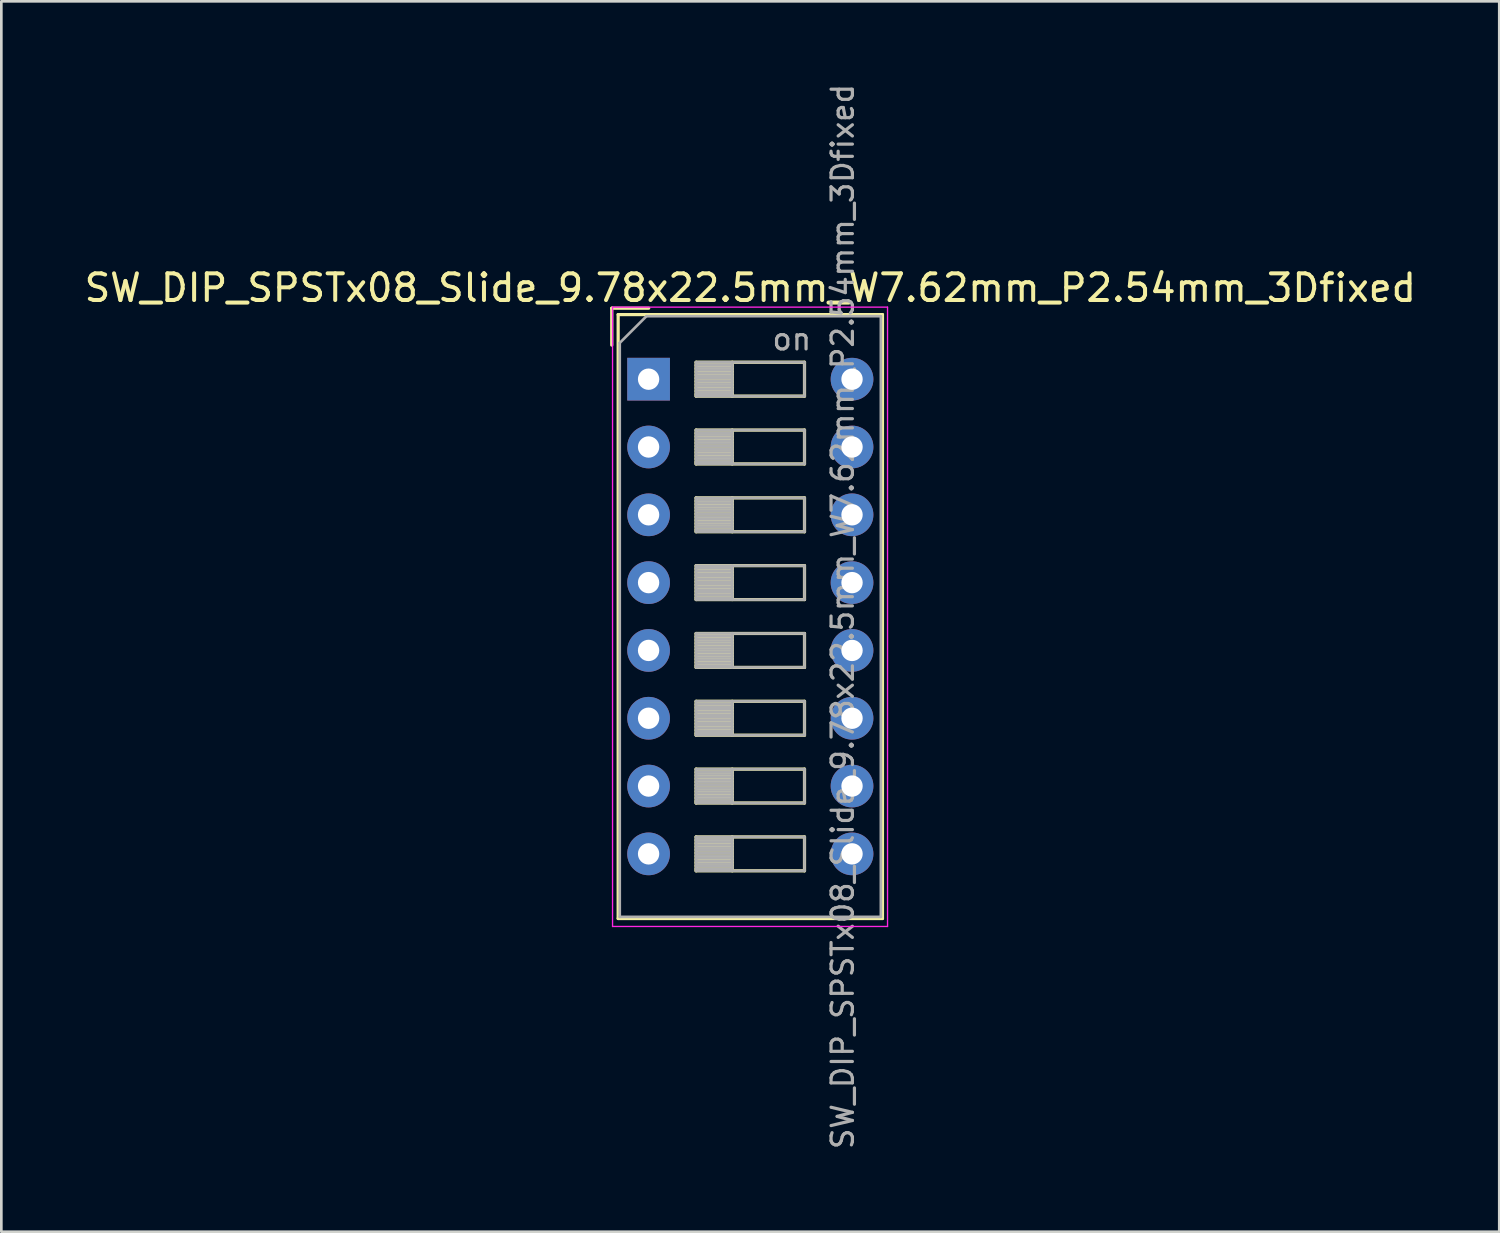
<source format=kicad_pcb>
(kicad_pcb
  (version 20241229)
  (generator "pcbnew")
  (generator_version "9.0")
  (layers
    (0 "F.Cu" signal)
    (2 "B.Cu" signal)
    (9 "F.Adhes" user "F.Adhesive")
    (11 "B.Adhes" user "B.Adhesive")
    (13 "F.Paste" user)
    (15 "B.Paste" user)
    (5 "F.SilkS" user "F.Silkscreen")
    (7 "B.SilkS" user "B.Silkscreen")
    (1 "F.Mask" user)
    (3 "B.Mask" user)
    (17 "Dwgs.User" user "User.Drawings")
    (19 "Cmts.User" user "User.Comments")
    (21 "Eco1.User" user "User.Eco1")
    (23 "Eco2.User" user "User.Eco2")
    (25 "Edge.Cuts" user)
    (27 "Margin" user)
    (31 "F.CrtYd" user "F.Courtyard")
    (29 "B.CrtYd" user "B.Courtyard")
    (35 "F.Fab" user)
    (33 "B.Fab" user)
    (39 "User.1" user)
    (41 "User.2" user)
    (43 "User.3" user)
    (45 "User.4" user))
  (footprint "SW_DIP_SPSTx08_Slide_9.78x22.5mm_W7.62mm_P2.54mm_3Dfixed"
    (layer "F.Cu")
    (at 21.244 11.153)
    (property "Reference" "SW_DIP_SPSTx08_Slide_9.78x22.5mm_W7.62mm_P2.54mm_3Dfixed" (at 3.81 -3.42 0) (layer "F.SilkS") (effects (font (size 1 1) (thickness 0.15))))
    (attr through_hole)
    (fp_line (start -1.38 -2.66) (end -1.38 -1.277) (stroke (width 0.12) (type solid)) (layer "F.SilkS"))
    (fp_line (start -1.38 -2.66) (end 0.004 -2.66) (stroke (width 0.12) (type solid)) (layer "F.SilkS"))
    (fp_line (start -1.14 -2.42) (end -1.14 20.201) (stroke (width 0.12) (type solid)) (layer "F.SilkS"))
    (fp_line (start -1.14 -2.42) (end 8.76 -2.42) (stroke (width 0.12) (type solid)) (layer "F.SilkS"))
    (fp_line (start -1.14 20.201) (end 8.76 20.201) (stroke (width 0.12) (type solid)) (layer "F.SilkS"))
    (fp_line (start 1.78 -0.635) (end 1.78 0.635) (stroke (width 0.12) (type solid)) (layer "F.SilkS"))
    (fp_line (start 1.78 -0.515) (end 3.133 -0.515) (stroke (width 0.12) (type solid)) (layer "F.SilkS"))
    (fp_line (start 1.78 -0.395) (end 3.133 -0.395) (stroke (width 0.12) (type solid)) (layer "F.SilkS"))
    (fp_line (start 1.78 -0.275) (end 3.133 -0.275) (stroke (width 0.12) (type solid)) (layer "F.SilkS"))
    (fp_line (start 1.78 -0.155) (end 3.133 -0.155) (stroke (width 0.12) (type solid)) (layer "F.SilkS"))
    (fp_line (start 1.78 -0.035) (end 3.133 -0.035) (stroke (width 0.12) (type solid)) (layer "F.SilkS"))
    (fp_line (start 1.78 0.085) (end 3.133 0.085) (stroke (width 0.12) (type solid)) (layer "F.SilkS"))
    (fp_line (start 1.78 0.205) (end 3.133 0.205) (stroke (width 0.12) (type solid)) (layer "F.SilkS"))
    (fp_line (start 1.78 0.325) (end 3.133 0.325) (stroke (width 0.12) (type solid)) (layer "F.SilkS"))
    (fp_line (start 1.78 0.445) (end 3.133 0.445) (stroke (width 0.12) (type solid)) (layer "F.SilkS"))
    (fp_line (start 1.78 0.565) (end 3.133 0.565) (stroke (width 0.12) (type solid)) (layer "F.SilkS"))
    (fp_line (start 1.78 0.635) (end 5.84 0.635) (stroke (width 0.12) (type solid)) (layer "F.SilkS"))
    (fp_line (start 1.78 1.905) (end 1.78 3.175) (stroke (width 0.12) (type solid)) (layer "F.SilkS"))
    (fp_line (start 1.78 2.025) (end 3.133 2.025) (stroke (width 0.12) (type solid)) (layer "F.SilkS"))
    (fp_line (start 1.78 2.145) (end 3.133 2.145) (stroke (width 0.12) (type solid)) (layer "F.SilkS"))
    (fp_line (start 1.78 2.265) (end 3.133 2.265) (stroke (width 0.12) (type solid)) (layer "F.SilkS"))
    (fp_line (start 1.78 2.385) (end 3.133 2.385) (stroke (width 0.12) (type solid)) (layer "F.SilkS"))
    (fp_line (start 1.78 2.505) (end 3.133 2.505) (stroke (width 0.12) (type solid)) (layer "F.SilkS"))
    (fp_line (start 1.78 2.625) (end 3.133 2.625) (stroke (width 0.12) (type solid)) (layer "F.SilkS"))
    (fp_line (start 1.78 2.745) (end 3.133 2.745) (stroke (width 0.12) (type solid)) (layer "F.SilkS"))
    (fp_line (start 1.78 2.865) (end 3.133 2.865) (stroke (width 0.12) (type solid)) (layer "F.SilkS"))
    (fp_line (start 1.78 2.985) (end 3.133 2.985) (stroke (width 0.12) (type solid)) (layer "F.SilkS"))
    (fp_line (start 1.78 3.105) (end 3.133 3.105) (stroke (width 0.12) (type solid)) (layer "F.SilkS"))
    (fp_line (start 1.78 3.175) (end 5.84 3.175) (stroke (width 0.12) (type solid)) (layer "F.SilkS"))
    (fp_line (start 1.78 4.445) (end 1.78 5.715) (stroke (width 0.12) (type solid)) (layer "F.SilkS"))
    (fp_line (start 1.78 4.565) (end 3.133 4.565) (stroke (width 0.12) (type solid)) (layer "F.SilkS"))
    (fp_line (start 1.78 4.685) (end 3.133 4.685) (stroke (width 0.12) (type solid)) (layer "F.SilkS"))
    (fp_line (start 1.78 4.805) (end 3.133 4.805) (stroke (width 0.12) (type solid)) (layer "F.SilkS"))
    (fp_line (start 1.78 4.925) (end 3.133 4.925) (stroke (width 0.12) (type solid)) (layer "F.SilkS"))
    (fp_line (start 1.78 5.045) (end 3.133 5.045) (stroke (width 0.12) (type solid)) (layer "F.SilkS"))
    (fp_line (start 1.78 5.165) (end 3.133 5.165) (stroke (width 0.12) (type solid)) (layer "F.SilkS"))
    (fp_line (start 1.78 5.285) (end 3.133 5.285) (stroke (width 0.12) (type solid)) (layer "F.SilkS"))
    (fp_line (start 1.78 5.405) (end 3.133 5.405) (stroke (width 0.12) (type solid)) (layer "F.SilkS"))
    (fp_line (start 1.78 5.525) (end 3.133 5.525) (stroke (width 0.12) (type solid)) (layer "F.SilkS"))
    (fp_line (start 1.78 5.645) (end 3.133 5.645) (stroke (width 0.12) (type solid)) (layer "F.SilkS"))
    (fp_line (start 1.78 5.715) (end 5.84 5.715) (stroke (width 0.12) (type solid)) (layer "F.SilkS"))
    (fp_line (start 1.78 6.985) (end 1.78 8.255) (stroke (width 0.12) (type solid)) (layer "F.SilkS"))
    (fp_line (start 1.78 7.105) (end 3.133 7.105) (stroke (width 0.12) (type solid)) (layer "F.SilkS"))
    (fp_line (start 1.78 7.225) (end 3.133 7.225) (stroke (width 0.12) (type solid)) (layer "F.SilkS"))
    (fp_line (start 1.78 7.345) (end 3.133 7.345) (stroke (width 0.12) (type solid)) (layer "F.SilkS"))
    (fp_line (start 1.78 7.465) (end 3.133 7.465) (stroke (width 0.12) (type solid)) (layer "F.SilkS"))
    (fp_line (start 1.78 7.585) (end 3.133 7.585) (stroke (width 0.12) (type solid)) (layer "F.SilkS"))
    (fp_line (start 1.78 7.705) (end 3.133 7.705) (stroke (width 0.12) (type solid)) (layer "F.SilkS"))
    (fp_line (start 1.78 7.825) (end 3.133 7.825) (stroke (width 0.12) (type solid)) (layer "F.SilkS"))
    (fp_line (start 1.78 7.945) (end 3.133 7.945) (stroke (width 0.12) (type solid)) (layer "F.SilkS"))
    (fp_line (start 1.78 8.065) (end 3.133 8.065) (stroke (width 0.12) (type solid)) (layer "F.SilkS"))
    (fp_line (start 1.78 8.185) (end 3.133 8.185) (stroke (width 0.12) (type solid)) (layer "F.SilkS"))
    (fp_line (start 1.78 8.255) (end 5.84 8.255) (stroke (width 0.12) (type solid)) (layer "F.SilkS"))
    (fp_line (start 1.78 9.525) (end 1.78 10.795) (stroke (width 0.12) (type solid)) (layer "F.SilkS"))
    (fp_line (start 1.78 9.645) (end 3.133 9.645) (stroke (width 0.12) (type solid)) (layer "F.SilkS"))
    (fp_line (start 1.78 9.765) (end 3.133 9.765) (stroke (width 0.12) (type solid)) (layer "F.SilkS"))
    (fp_line (start 1.78 9.885) (end 3.133 9.885) (stroke (width 0.12) (type solid)) (layer "F.SilkS"))
    (fp_line (start 1.78 10.005) (end 3.133 10.005) (stroke (width 0.12) (type solid)) (layer "F.SilkS"))
    (fp_line (start 1.78 10.125) (end 3.133 10.125) (stroke (width 0.12) (type solid)) (layer "F.SilkS"))
    (fp_line (start 1.78 10.245) (end 3.133 10.245) (stroke (width 0.12) (type solid)) (layer "F.SilkS"))
    (fp_line (start 1.78 10.365) (end 3.133 10.365) (stroke (width 0.12) (type solid)) (layer "F.SilkS"))
    (fp_line (start 1.78 10.485) (end 3.133 10.485) (stroke (width 0.12) (type solid)) (layer "F.SilkS"))
    (fp_line (start 1.78 10.605) (end 3.133 10.605) (stroke (width 0.12) (type solid)) (layer "F.SilkS"))
    (fp_line (start 1.78 10.725) (end 3.133 10.725) (stroke (width 0.12) (type solid)) (layer "F.SilkS"))
    (fp_line (start 1.78 10.795) (end 5.84 10.795) (stroke (width 0.12) (type solid)) (layer "F.SilkS"))
    (fp_line (start 1.78 12.065) (end 1.78 13.335) (stroke (width 0.12) (type solid)) (layer "F.SilkS"))
    (fp_line (start 1.78 12.185) (end 3.133 12.185) (stroke (width 0.12) (type solid)) (layer "F.SilkS"))
    (fp_line (start 1.78 12.305) (end 3.133 12.305) (stroke (width 0.12) (type solid)) (layer "F.SilkS"))
    (fp_line (start 1.78 12.425) (end 3.133 12.425) (stroke (width 0.12) (type solid)) (layer "F.SilkS"))
    (fp_line (start 1.78 12.545) (end 3.133 12.545) (stroke (width 0.12) (type solid)) (layer "F.SilkS"))
    (fp_line (start 1.78 12.665) (end 3.133 12.665) (stroke (width 0.12) (type solid)) (layer "F.SilkS"))
    (fp_line (start 1.78 12.785) (end 3.133 12.785) (stroke (width 0.12) (type solid)) (layer "F.SilkS"))
    (fp_line (start 1.78 12.905) (end 3.133 12.905) (stroke (width 0.12) (type solid)) (layer "F.SilkS"))
    (fp_line (start 1.78 13.025) (end 3.133 13.025) (stroke (width 0.12) (type solid)) (layer "F.SilkS"))
    (fp_line (start 1.78 13.145) (end 3.133 13.145) (stroke (width 0.12) (type solid)) (layer "F.SilkS"))
    (fp_line (start 1.78 13.265) (end 3.133 13.265) (stroke (width 0.12) (type solid)) (layer "F.SilkS"))
    (fp_line (start 1.78 13.335) (end 5.84 13.335) (stroke (width 0.12) (type solid)) (layer "F.SilkS"))
    (fp_line (start 1.78 14.605) (end 1.78 15.875) (stroke (width 0.12) (type solid)) (layer "F.SilkS"))
    (fp_line (start 1.78 14.725) (end 3.133 14.725) (stroke (width 0.12) (type solid)) (layer "F.SilkS"))
    (fp_line (start 1.78 14.845) (end 3.133 14.845) (stroke (width 0.12) (type solid)) (layer "F.SilkS"))
    (fp_line (start 1.78 14.965) (end 3.133 14.965) (stroke (width 0.12) (type solid)) (layer "F.SilkS"))
    (fp_line (start 1.78 15.085) (end 3.133 15.085) (stroke (width 0.12) (type solid)) (layer "F.SilkS"))
    (fp_line (start 1.78 15.205) (end 3.133 15.205) (stroke (width 0.12) (type solid)) (layer "F.SilkS"))
    (fp_line (start 1.78 15.325) (end 3.133 15.325) (stroke (width 0.12) (type solid)) (layer "F.SilkS"))
    (fp_line (start 1.78 15.445) (end 3.133 15.445) (stroke (width 0.12) (type solid)) (layer "F.SilkS"))
    (fp_line (start 1.78 15.565) (end 3.133 15.565) (stroke (width 0.12) (type solid)) (layer "F.SilkS"))
    (fp_line (start 1.78 15.685) (end 3.133 15.685) (stroke (width 0.12) (type solid)) (layer "F.SilkS"))
    (fp_line (start 1.78 15.805) (end 3.133 15.805) (stroke (width 0.12) (type solid)) (layer "F.SilkS"))
    (fp_line (start 1.78 15.875) (end 5.84 15.875) (stroke (width 0.12) (type solid)) (layer "F.SilkS"))
    (fp_line (start 1.78 17.145) (end 1.78 18.415) (stroke (width 0.12) (type solid)) (layer "F.SilkS"))
    (fp_line (start 1.78 17.265) (end 3.133 17.265) (stroke (width 0.12) (type solid)) (layer "F.SilkS"))
    (fp_line (start 1.78 17.385) (end 3.133 17.385) (stroke (width 0.12) (type solid)) (layer "F.SilkS"))
    (fp_line (start 1.78 17.505) (end 3.133 17.505) (stroke (width 0.12) (type solid)) (layer "F.SilkS"))
    (fp_line (start 1.78 17.625) (end 3.133 17.625) (stroke (width 0.12) (type solid)) (layer "F.SilkS"))
    (fp_line (start 1.78 17.745) (end 3.133 17.745) (stroke (width 0.12) (type solid)) (layer "F.SilkS"))
    (fp_line (start 1.78 17.865) (end 3.133 17.865) (stroke (width 0.12) (type solid)) (layer "F.SilkS"))
    (fp_line (start 1.78 17.985) (end 3.133 17.985) (stroke (width 0.12) (type solid)) (layer "F.SilkS"))
    (fp_line (start 1.78 18.105) (end 3.133 18.105) (stroke (width 0.12) (type solid)) (layer "F.SilkS"))
    (fp_line (start 1.78 18.225) (end 3.133 18.225) (stroke (width 0.12) (type solid)) (layer "F.SilkS"))
    (fp_line (start 1.78 18.345) (end 3.133 18.345) (stroke (width 0.12) (type solid)) (layer "F.SilkS"))
    (fp_line (start 1.78 18.415) (end 5.84 18.415) (stroke (width 0.12) (type solid)) (layer "F.SilkS"))
    (fp_line (start 3.133 -0.635) (end 3.133 0.635) (stroke (width 0.12) (type solid)) (layer "F.SilkS"))
    (fp_line (start 3.133 1.905) (end 3.133 3.175) (stroke (width 0.12) (type solid)) (layer "F.SilkS"))
    (fp_line (start 3.133 4.445) (end 3.133 5.715) (stroke (width 0.12) (type solid)) (layer "F.SilkS"))
    (fp_line (start 3.133 6.985) (end 3.133 8.255) (stroke (width 0.12) (type solid)) (layer "F.SilkS"))
    (fp_line (start 3.133 9.525) (end 3.133 10.795) (stroke (width 0.12) (type solid)) (layer "F.SilkS"))
    (fp_line (start 3.133 12.065) (end 3.133 13.335) (stroke (width 0.12) (type solid)) (layer "F.SilkS"))
    (fp_line (start 3.133 14.605) (end 3.133 15.875) (stroke (width 0.12) (type solid)) (layer "F.SilkS"))
    (fp_line (start 3.133 17.145) (end 3.133 18.415) (stroke (width 0.12) (type solid)) (layer "F.SilkS"))
    (fp_line (start 5.84 -0.635) (end 1.78 -0.635) (stroke (width 0.12) (type solid)) (layer "F.SilkS"))
    (fp_line (start 5.84 0.635) (end 5.84 -0.635) (stroke (width 0.12) (type solid)) (layer "F.SilkS"))
    (fp_line (start 5.84 1.905) (end 1.78 1.905) (stroke (width 0.12) (type solid)) (layer "F.SilkS"))
    (fp_line (start 5.84 3.175) (end 5.84 1.905) (stroke (width 0.12) (type solid)) (layer "F.SilkS"))
    (fp_line (start 5.84 4.445) (end 1.78 4.445) (stroke (width 0.12) (type solid)) (layer "F.SilkS"))
    (fp_line (start 5.84 5.715) (end 5.84 4.445) (stroke (width 0.12) (type solid)) (layer "F.SilkS"))
    (fp_line (start 5.84 6.985) (end 1.78 6.985) (stroke (width 0.12) (type solid)) (layer "F.SilkS"))
    (fp_line (start 5.84 8.255) (end 5.84 6.985) (stroke (width 0.12) (type solid)) (layer "F.SilkS"))
    (fp_line (start 5.84 9.525) (end 1.78 9.525) (stroke (width 0.12) (type solid)) (layer "F.SilkS"))
    (fp_line (start 5.84 10.795) (end 5.84 9.525) (stroke (width 0.12) (type solid)) (layer "F.SilkS"))
    (fp_line (start 5.84 12.065) (end 1.78 12.065) (stroke (width 0.12) (type solid)) (layer "F.SilkS"))
    (fp_line (start 5.84 13.335) (end 5.84 12.065) (stroke (width 0.12) (type solid)) (layer "F.SilkS"))
    (fp_line (start 5.84 14.605) (end 1.78 14.605) (stroke (width 0.12) (type solid)) (layer "F.SilkS"))
    (fp_line (start 5.84 15.875) (end 5.84 14.605) (stroke (width 0.12) (type solid)) (layer "F.SilkS"))
    (fp_line (start 5.84 17.145) (end 1.78 17.145) (stroke (width 0.12) (type solid)) (layer "F.SilkS"))
    (fp_line (start 5.84 18.415) (end 5.84 17.145) (stroke (width 0.12) (type solid)) (layer "F.SilkS"))
    (fp_line (start 8.76 -2.42) (end 8.76 20.201) (stroke (width 0.12) (type solid)) (layer "F.SilkS"))
    (fp_line (start -1.35 -2.7) (end -1.35 20.5) (stroke (width 0.05) (type solid)) (layer "F.CrtYd"))
    (fp_line (start -1.35 20.5) (end 8.95 20.5) (stroke (width 0.05) (type solid)) (layer "F.CrtYd"))
    (fp_line (start 8.95 -2.7) (end -1.35 -2.7) (stroke (width 0.05) (type solid)) (layer "F.CrtYd"))
    (fp_line (start 8.95 20.5) (end 8.95 -2.7) (stroke (width 0.05) (type solid)) (layer "F.CrtYd"))
    (fp_line (start -1.08 -1.36) (end -0.08 -2.36) (stroke (width 0.1) (type solid)) (layer "F.Fab"))
    (fp_line (start -1.08 20.14) (end -1.08 -1.36) (stroke (width 0.1) (type solid)) (layer "F.Fab"))
    (fp_line (start -0.08 -2.36) (end 8.7 -2.36) (stroke (width 0.1) (type solid)) (layer "F.Fab"))
    (fp_line (start 1.78 -0.635) (end 1.78 0.635) (stroke (width 0.1) (type solid)) (layer "F.Fab"))
    (fp_line (start 1.78 -0.535) (end 3.133 -0.535) (stroke (width 0.1) (type solid)) (layer "F.Fab"))
    (fp_line (start 1.78 -0.435) (end 3.133 -0.435) (stroke (width 0.1) (type solid)) (layer "F.Fab"))
    (fp_line (start 1.78 -0.335) (end 3.133 -0.335) (stroke (width 0.1) (type solid)) (layer "F.Fab"))
    (fp_line (start 1.78 -0.235) (end 3.133 -0.235) (stroke (width 0.1) (type solid)) (layer "F.Fab"))
    (fp_line (start 1.78 -0.135) (end 3.133 -0.135) (stroke (width 0.1) (type solid)) (layer "F.Fab"))
    (fp_line (start 1.78 -0.035) (end 3.133 -0.035) (stroke (width 0.1) (type solid)) (layer "F.Fab"))
    (fp_line (start 1.78 0.065) (end 3.133 0.065) (stroke (width 0.1) (type solid)) (layer "F.Fab"))
    (fp_line (start 1.78 0.165) (end 3.133 0.165) (stroke (width 0.1) (type solid)) (layer "F.Fab"))
    (fp_line (start 1.78 0.265) (end 3.133 0.265) (stroke (width 0.1) (type solid)) (layer "F.Fab"))
    (fp_line (start 1.78 0.365) (end 3.133 0.365) (stroke (width 0.1) (type solid)) (layer "F.Fab"))
    (fp_line (start 1.78 0.465) (end 3.133 0.465) (stroke (width 0.1) (type solid)) (layer "F.Fab"))
    (fp_line (start 1.78 0.565) (end 3.133 0.565) (stroke (width 0.1) (type solid)) (layer "F.Fab"))
    (fp_line (start 1.78 0.635) (end 5.84 0.635) (stroke (width 0.1) (type solid)) (layer "F.Fab"))
    (fp_line (start 1.78 1.905) (end 1.78 3.175) (stroke (width 0.1) (type solid)) (layer "F.Fab"))
    (fp_line (start 1.78 2.005) (end 3.133 2.005) (stroke (width 0.1) (type solid)) (layer "F.Fab"))
    (fp_line (start 1.78 2.105) (end 3.133 2.105) (stroke (width 0.1) (type solid)) (layer "F.Fab"))
    (fp_line (start 1.78 2.205) (end 3.133 2.205) (stroke (width 0.1) (type solid)) (layer "F.Fab"))
    (fp_line (start 1.78 2.305) (end 3.133 2.305) (stroke (width 0.1) (type solid)) (layer "F.Fab"))
    (fp_line (start 1.78 2.405) (end 3.133 2.405) (stroke (width 0.1) (type solid)) (layer "F.Fab"))
    (fp_line (start 1.78 2.505) (end 3.133 2.505) (stroke (width 0.1) (type solid)) (layer "F.Fab"))
    (fp_line (start 1.78 2.605) (end 3.133 2.605) (stroke (width 0.1) (type solid)) (layer "F.Fab"))
    (fp_line (start 1.78 2.705) (end 3.133 2.705) (stroke (width 0.1) (type solid)) (layer "F.Fab"))
    (fp_line (start 1.78 2.805) (end 3.133 2.805) (stroke (width 0.1) (type solid)) (layer "F.Fab"))
    (fp_line (start 1.78 2.905) (end 3.133 2.905) (stroke (width 0.1) (type solid)) (layer "F.Fab"))
    (fp_line (start 1.78 3.005) (end 3.133 3.005) (stroke (width 0.1) (type solid)) (layer "F.Fab"))
    (fp_line (start 1.78 3.105) (end 3.133 3.105) (stroke (width 0.1) (type solid)) (layer "F.Fab"))
    (fp_line (start 1.78 3.175) (end 5.84 3.175) (stroke (width 0.1) (type solid)) (layer "F.Fab"))
    (fp_line (start 1.78 4.445) (end 1.78 5.715) (stroke (width 0.1) (type solid)) (layer "F.Fab"))
    (fp_line (start 1.78 4.545) (end 3.133 4.545) (stroke (width 0.1) (type solid)) (layer "F.Fab"))
    (fp_line (start 1.78 4.645) (end 3.133 4.645) (stroke (width 0.1) (type solid)) (layer "F.Fab"))
    (fp_line (start 1.78 4.745) (end 3.133 4.745) (stroke (width 0.1) (type solid)) (layer "F.Fab"))
    (fp_line (start 1.78 4.845) (end 3.133 4.845) (stroke (width 0.1) (type solid)) (layer "F.Fab"))
    (fp_line (start 1.78 4.945) (end 3.133 4.945) (stroke (width 0.1) (type solid)) (layer "F.Fab"))
    (fp_line (start 1.78 5.045) (end 3.133 5.045) (stroke (width 0.1) (type solid)) (layer "F.Fab"))
    (fp_line (start 1.78 5.145) (end 3.133 5.145) (stroke (width 0.1) (type solid)) (layer "F.Fab"))
    (fp_line (start 1.78 5.245) (end 3.133 5.245) (stroke (width 0.1) (type solid)) (layer "F.Fab"))
    (fp_line (start 1.78 5.345) (end 3.133 5.345) (stroke (width 0.1) (type solid)) (layer "F.Fab"))
    (fp_line (start 1.78 5.445) (end 3.133 5.445) (stroke (width 0.1) (type solid)) (layer "F.Fab"))
    (fp_line (start 1.78 5.545) (end 3.133 5.545) (stroke (width 0.1) (type solid)) (layer "F.Fab"))
    (fp_line (start 1.78 5.645) (end 3.133 5.645) (stroke (width 0.1) (type solid)) (layer "F.Fab"))
    (fp_line (start 1.78 5.715) (end 5.84 5.715) (stroke (width 0.1) (type solid)) (layer "F.Fab"))
    (fp_line (start 1.78 6.985) (end 1.78 8.255) (stroke (width 0.1) (type solid)) (layer "F.Fab"))
    (fp_line (start 1.78 7.085) (end 3.133 7.085) (stroke (width 0.1) (type solid)) (layer "F.Fab"))
    (fp_line (start 1.78 7.185) (end 3.133 7.185) (stroke (width 0.1) (type solid)) (layer "F.Fab"))
    (fp_line (start 1.78 7.285) (end 3.133 7.285) (stroke (width 0.1) (type solid)) (layer "F.Fab"))
    (fp_line (start 1.78 7.385) (end 3.133 7.385) (stroke (width 0.1) (type solid)) (layer "F.Fab"))
    (fp_line (start 1.78 7.485) (end 3.133 7.485) (stroke (width 0.1) (type solid)) (layer "F.Fab"))
    (fp_line (start 1.78 7.585) (end 3.133 7.585) (stroke (width 0.1) (type solid)) (layer "F.Fab"))
    (fp_line (start 1.78 7.685) (end 3.133 7.685) (stroke (width 0.1) (type solid)) (layer "F.Fab"))
    (fp_line (start 1.78 7.785) (end 3.133 7.785) (stroke (width 0.1) (type solid)) (layer "F.Fab"))
    (fp_line (start 1.78 7.885) (end 3.133 7.885) (stroke (width 0.1) (type solid)) (layer "F.Fab"))
    (fp_line (start 1.78 7.985) (end 3.133 7.985) (stroke (width 0.1) (type solid)) (layer "F.Fab"))
    (fp_line (start 1.78 8.085) (end 3.133 8.085) (stroke (width 0.1) (type solid)) (layer "F.Fab"))
    (fp_line (start 1.78 8.185) (end 3.133 8.185) (stroke (width 0.1) (type solid)) (layer "F.Fab"))
    (fp_line (start 1.78 8.255) (end 5.84 8.255) (stroke (width 0.1) (type solid)) (layer "F.Fab"))
    (fp_line (start 1.78 9.525) (end 1.78 10.795) (stroke (width 0.1) (type solid)) (layer "F.Fab"))
    (fp_line (start 1.78 9.625) (end 3.133 9.625) (stroke (width 0.1) (type solid)) (layer "F.Fab"))
    (fp_line (start 1.78 9.725) (end 3.133 9.725) (stroke (width 0.1) (type solid)) (layer "F.Fab"))
    (fp_line (start 1.78 9.825) (end 3.133 9.825) (stroke (width 0.1) (type solid)) (layer "F.Fab"))
    (fp_line (start 1.78 9.925) (end 3.133 9.925) (stroke (width 0.1) (type solid)) (layer "F.Fab"))
    (fp_line (start 1.78 10.025) (end 3.133 10.025) (stroke (width 0.1) (type solid)) (layer "F.Fab"))
    (fp_line (start 1.78 10.125) (end 3.133 10.125) (stroke (width 0.1) (type solid)) (layer "F.Fab"))
    (fp_line (start 1.78 10.225) (end 3.133 10.225) (stroke (width 0.1) (type solid)) (layer "F.Fab"))
    (fp_line (start 1.78 10.325) (end 3.133 10.325) (stroke (width 0.1) (type solid)) (layer "F.Fab"))
    (fp_line (start 1.78 10.425) (end 3.133 10.425) (stroke (width 0.1) (type solid)) (layer "F.Fab"))
    (fp_line (start 1.78 10.525) (end 3.133 10.525) (stroke (width 0.1) (type solid)) (layer "F.Fab"))
    (fp_line (start 1.78 10.625) (end 3.133 10.625) (stroke (width 0.1) (type solid)) (layer "F.Fab"))
    (fp_line (start 1.78 10.725) (end 3.133 10.725) (stroke (width 0.1) (type solid)) (layer "F.Fab"))
    (fp_line (start 1.78 10.795) (end 5.84 10.795) (stroke (width 0.1) (type solid)) (layer "F.Fab"))
    (fp_line (start 1.78 12.065) (end 1.78 13.335) (stroke (width 0.1) (type solid)) (layer "F.Fab"))
    (fp_line (start 1.78 12.165) (end 3.133 12.165) (stroke (width 0.1) (type solid)) (layer "F.Fab"))
    (fp_line (start 1.78 12.265) (end 3.133 12.265) (stroke (width 0.1) (type solid)) (layer "F.Fab"))
    (fp_line (start 1.78 12.365) (end 3.133 12.365) (stroke (width 0.1) (type solid)) (layer "F.Fab"))
    (fp_line (start 1.78 12.465) (end 3.133 12.465) (stroke (width 0.1) (type solid)) (layer "F.Fab"))
    (fp_line (start 1.78 12.565) (end 3.133 12.565) (stroke (width 0.1) (type solid)) (layer "F.Fab"))
    (fp_line (start 1.78 12.665) (end 3.133 12.665) (stroke (width 0.1) (type solid)) (layer "F.Fab"))
    (fp_line (start 1.78 12.765) (end 3.133 12.765) (stroke (width 0.1) (type solid)) (layer "F.Fab"))
    (fp_line (start 1.78 12.865) (end 3.133 12.865) (stroke (width 0.1) (type solid)) (layer "F.Fab"))
    (fp_line (start 1.78 12.965) (end 3.133 12.965) (stroke (width 0.1) (type solid)) (layer "F.Fab"))
    (fp_line (start 1.78 13.065) (end 3.133 13.065) (stroke (width 0.1) (type solid)) (layer "F.Fab"))
    (fp_line (start 1.78 13.165) (end 3.133 13.165) (stroke (width 0.1) (type solid)) (layer "F.Fab"))
    (fp_line (start 1.78 13.265) (end 3.133 13.265) (stroke (width 0.1) (type solid)) (layer "F.Fab"))
    (fp_line (start 1.78 13.335) (end 5.84 13.335) (stroke (width 0.1) (type solid)) (layer "F.Fab"))
    (fp_line (start 1.78 14.605) (end 1.78 15.875) (stroke (width 0.1) (type solid)) (layer "F.Fab"))
    (fp_line (start 1.78 14.705) (end 3.133 14.705) (stroke (width 0.1) (type solid)) (layer "F.Fab"))
    (fp_line (start 1.78 14.805) (end 3.133 14.805) (stroke (width 0.1) (type solid)) (layer "F.Fab"))
    (fp_line (start 1.78 14.905) (end 3.133 14.905) (stroke (width 0.1) (type solid)) (layer "F.Fab"))
    (fp_line (start 1.78 15.005) (end 3.133 15.005) (stroke (width 0.1) (type solid)) (layer "F.Fab"))
    (fp_line (start 1.78 15.105) (end 3.133 15.105) (stroke (width 0.1) (type solid)) (layer "F.Fab"))
    (fp_line (start 1.78 15.205) (end 3.133 15.205) (stroke (width 0.1) (type solid)) (layer "F.Fab"))
    (fp_line (start 1.78 15.305) (end 3.133 15.305) (stroke (width 0.1) (type solid)) (layer "F.Fab"))
    (fp_line (start 1.78 15.405) (end 3.133 15.405) (stroke (width 0.1) (type solid)) (layer "F.Fab"))
    (fp_line (start 1.78 15.505) (end 3.133 15.505) (stroke (width 0.1) (type solid)) (layer "F.Fab"))
    (fp_line (start 1.78 15.605) (end 3.133 15.605) (stroke (width 0.1) (type solid)) (layer "F.Fab"))
    (fp_line (start 1.78 15.705) (end 3.133 15.705) (stroke (width 0.1) (type solid)) (layer "F.Fab"))
    (fp_line (start 1.78 15.805) (end 3.133 15.805) (stroke (width 0.1) (type solid)) (layer "F.Fab"))
    (fp_line (start 1.78 15.875) (end 5.84 15.875) (stroke (width 0.1) (type solid)) (layer "F.Fab"))
    (fp_line (start 1.78 17.145) (end 1.78 18.415) (stroke (width 0.1) (type solid)) (layer "F.Fab"))
    (fp_line (start 1.78 17.245) (end 3.133 17.245) (stroke (width 0.1) (type solid)) (layer "F.Fab"))
    (fp_line (start 1.78 17.345) (end 3.133 17.345) (stroke (width 0.1) (type solid)) (layer "F.Fab"))
    (fp_line (start 1.78 17.445) (end 3.133 17.445) (stroke (width 0.1) (type solid)) (layer "F.Fab"))
    (fp_line (start 1.78 17.545) (end 3.133 17.545) (stroke (width 0.1) (type solid)) (layer "F.Fab"))
    (fp_line (start 1.78 17.645) (end 3.133 17.645) (stroke (width 0.1) (type solid)) (layer "F.Fab"))
    (fp_line (start 1.78 17.745) (end 3.133 17.745) (stroke (width 0.1) (type solid)) (layer "F.Fab"))
    (fp_line (start 1.78 17.845) (end 3.133 17.845) (stroke (width 0.1) (type solid)) (layer "F.Fab"))
    (fp_line (start 1.78 17.945) (end 3.133 17.945) (stroke (width 0.1) (type solid)) (layer "F.Fab"))
    (fp_line (start 1.78 18.045) (end 3.133 18.045) (stroke (width 0.1) (type solid)) (layer "F.Fab"))
    (fp_line (start 1.78 18.145) (end 3.133 18.145) (stroke (width 0.1) (type solid)) (layer "F.Fab"))
    (fp_line (start 1.78 18.245) (end 3.133 18.245) (stroke (width 0.1) (type solid)) (layer "F.Fab"))
    (fp_line (start 1.78 18.345) (end 3.133 18.345) (stroke (width 0.1) (type solid)) (layer "F.Fab"))
    (fp_line (start 1.78 18.415) (end 5.84 18.415) (stroke (width 0.1) (type solid)) (layer "F.Fab"))
    (fp_line (start 3.133 -0.635) (end 3.133 0.635) (stroke (width 0.1) (type solid)) (layer "F.Fab"))
    (fp_line (start 3.133 1.905) (end 3.133 3.175) (stroke (width 0.1) (type solid)) (layer "F.Fab"))
    (fp_line (start 3.133 4.445) (end 3.133 5.715) (stroke (width 0.1) (type solid)) (layer "F.Fab"))
    (fp_line (start 3.133 6.985) (end 3.133 8.255) (stroke (width 0.1) (type solid)) (layer "F.Fab"))
    (fp_line (start 3.133 9.525) (end 3.133 10.795) (stroke (width 0.1) (type solid)) (layer "F.Fab"))
    (fp_line (start 3.133 12.065) (end 3.133 13.335) (stroke (width 0.1) (type solid)) (layer "F.Fab"))
    (fp_line (start 3.133 14.605) (end 3.133 15.875) (stroke (width 0.1) (type solid)) (layer "F.Fab"))
    (fp_line (start 3.133 17.145) (end 3.133 18.415) (stroke (width 0.1) (type solid)) (layer "F.Fab"))
    (fp_line (start 5.84 -0.635) (end 1.78 -0.635) (stroke (width 0.1) (type solid)) (layer "F.Fab"))
    (fp_line (start 5.84 0.635) (end 5.84 -0.635) (stroke (width 0.1) (type solid)) (layer "F.Fab"))
    (fp_line (start 5.84 1.905) (end 1.78 1.905) (stroke (width 0.1) (type solid)) (layer "F.Fab"))
    (fp_line (start 5.84 3.175) (end 5.84 1.905) (stroke (width 0.1) (type solid)) (layer "F.Fab"))
    (fp_line (start 5.84 4.445) (end 1.78 4.445) (stroke (width 0.1) (type solid)) (layer "F.Fab"))
    (fp_line (start 5.84 5.715) (end 5.84 4.445) (stroke (width 0.1) (type solid)) (layer "F.Fab"))
    (fp_line (start 5.84 6.985) (end 1.78 6.985) (stroke (width 0.1) (type solid)) (layer "F.Fab"))
    (fp_line (start 5.84 8.255) (end 5.84 6.985) (stroke (width 0.1) (type solid)) (layer "F.Fab"))
    (fp_line (start 5.84 9.525) (end 1.78 9.525) (stroke (width 0.1) (type solid)) (layer "F.Fab"))
    (fp_line (start 5.84 10.795) (end 5.84 9.525) (stroke (width 0.1) (type solid)) (layer "F.Fab"))
    (fp_line (start 5.84 12.065) (end 1.78 12.065) (stroke (width 0.1) (type solid)) (layer "F.Fab"))
    (fp_line (start 5.84 13.335) (end 5.84 12.065) (stroke (width 0.1) (type solid)) (layer "F.Fab"))
    (fp_line (start 5.84 14.605) (end 1.78 14.605) (stroke (width 0.1) (type solid)) (layer "F.Fab"))
    (fp_line (start 5.84 15.875) (end 5.84 14.605) (stroke (width 0.1) (type solid)) (layer "F.Fab"))
    (fp_line (start 5.84 17.145) (end 1.78 17.145) (stroke (width 0.1) (type solid)) (layer "F.Fab"))
    (fp_line (start 5.84 18.415) (end 5.84 17.145) (stroke (width 0.1) (type solid)) (layer "F.Fab"))
    (fp_line (start 8.7 -2.36) (end 8.7 20.14) (stroke (width 0.1) (type solid)) (layer "F.Fab"))
    (fp_line (start 8.7 20.14) (end -1.08 20.14) (stroke (width 0.1) (type solid)) (layer "F.Fab"))
    (fp_text user "${REFERENCE}" (at 7.27 8.89 90) (layer "F.Fab") (effects (font (size 0.8 0.8) (thickness 0.12))))
    (fp_text user "on" (at 5.365 -1.498 0) (layer "F.Fab") (effects (font (size 0.8 0.8) (thickness 0.12))))
    (pad "1" thru_hole rect (at 0 0) (size 1.6 1.6) (drill 0.8) (layers "*.Cu" "*.Mask"))
    (pad "2" thru_hole oval (at 0 2.54) (size 1.6 1.6) (drill 0.8) (layers "*.Cu" "*.Mask"))
    (pad "3" thru_hole oval (at 0 5.08) (size 1.6 1.6) (drill 0.8) (layers "*.Cu" "*.Mask"))
    (pad "4" thru_hole oval (at 0 7.62) (size 1.6 1.6) (drill 0.8) (layers "*.Cu" "*.Mask"))
    (pad "5" thru_hole oval (at 0 10.16) (size 1.6 1.6) (drill 0.8) (layers "*.Cu" "*.Mask"))
    (pad "6" thru_hole oval (at 0 12.7) (size 1.6 1.6) (drill 0.8) (layers "*.Cu" "*.Mask"))
    (pad "7" thru_hole oval (at 0 15.24) (size 1.6 1.6) (drill 0.8) (layers "*.Cu" "*.Mask"))
    (pad "8" thru_hole oval (at 0 17.78) (size 1.6 1.6) (drill 0.8) (layers "*.Cu" "*.Mask"))
    (pad "9" thru_hole oval (at 7.62 17.78) (size 1.6 1.6) (drill 0.8) (layers "*.Cu" "*.Mask"))
    (pad "10" thru_hole oval (at 7.62 15.24) (size 1.6 1.6) (drill 0.8) (layers "*.Cu" "*.Mask"))
    (pad "11" thru_hole oval (at 7.62 12.7) (size 1.6 1.6) (drill 0.8) (layers "*.Cu" "*.Mask"))
    (pad "12" thru_hole oval (at 7.62 10.16) (size 1.6 1.6) (drill 0.8) (layers "*.Cu" "*.Mask"))
    (pad "13" thru_hole oval (at 7.62 7.62) (size 1.6 1.6) (drill 0.8) (layers "*.Cu" "*.Mask"))
    (pad "14" thru_hole oval (at 7.62 5.08) (size 1.6 1.6) (drill 0.8) (layers "*.Cu" "*.Mask"))
    (pad "15" thru_hole oval (at 7.62 2.54) (size 1.6 1.6) (drill 0.8) (layers "*.Cu" "*.Mask"))
    (pad "16" thru_hole oval (at 7.62 0) (size 1.6 1.6) (drill 0.8) (layers "*.Cu" "*.Mask")))
  (gr_rect
    (start -3 -3)
    (end 53.107 43.086)
    (stroke (width 0.1) (type default))
    (fill no)
    (layer "Edge.Cuts")))
</source>
